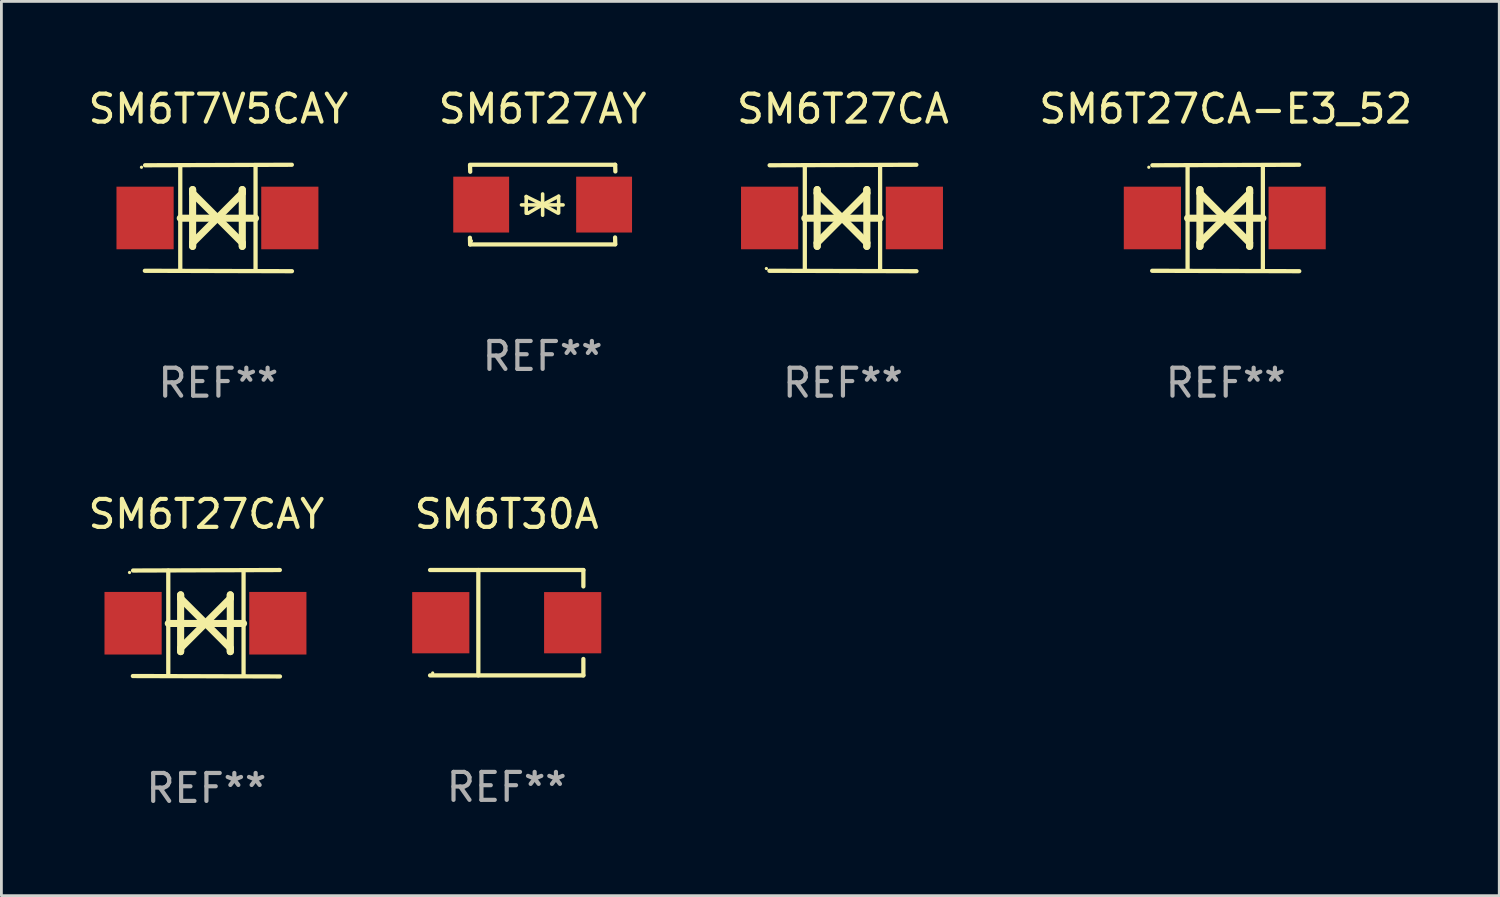
<source format=kicad_pcb>
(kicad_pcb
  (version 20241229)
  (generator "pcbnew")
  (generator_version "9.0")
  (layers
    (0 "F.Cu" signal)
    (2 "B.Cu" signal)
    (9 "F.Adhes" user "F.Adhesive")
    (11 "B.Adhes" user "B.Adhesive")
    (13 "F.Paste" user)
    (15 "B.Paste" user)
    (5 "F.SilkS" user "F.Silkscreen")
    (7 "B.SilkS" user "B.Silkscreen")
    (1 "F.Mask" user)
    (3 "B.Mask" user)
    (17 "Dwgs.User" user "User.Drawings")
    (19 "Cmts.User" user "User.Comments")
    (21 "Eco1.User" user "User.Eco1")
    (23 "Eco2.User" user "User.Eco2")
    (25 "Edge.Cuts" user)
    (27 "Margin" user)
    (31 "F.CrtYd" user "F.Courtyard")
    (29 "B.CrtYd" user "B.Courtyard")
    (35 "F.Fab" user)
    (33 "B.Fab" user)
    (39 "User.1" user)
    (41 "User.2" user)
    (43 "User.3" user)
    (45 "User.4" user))
  (footprint "SM6T27AY"
    (layer "F.Cu")
    (at 16.375 4.274)
    (property "Reference" "SM6T27AY" (at 0 -3.426 0) (layer "F.SilkS") (effects (font (size 1 1) (thickness 0.15))))
    (attr through_hole)
    (fp_line (start -2.596 -1.426) (end 2.596 -1.426) (stroke (width 0.152) (type solid)) (layer "F.SilkS"))
    (fp_line (start -2.596 1.426) (end -2.603 1.187) (stroke (width 0.152) (type solid)) (layer "F.SilkS"))
    (fp_line (start -2.596 1.426) (end 2.596 1.426) (stroke (width 0.152) (type solid)) (layer "F.SilkS"))
    (fp_line (start -2.593 -1.176) (end -2.6 -1.415) (stroke (width 0.152) (type solid)) (layer "F.SilkS"))
    (fp_line (start -0.758 0.011) (end 0.732 0.011) (stroke (width 0.127) (type solid)) (layer "F.SilkS"))
    (fp_line (start -0.588 -0.289) (end -0.588 0.311) (stroke (width 0.127) (type solid)) (layer "F.SilkS"))
    (fp_line (start -0.588 -0.289) (end 0 0) (stroke (width 0.127) (type solid)) (layer "F.SilkS"))
    (fp_line (start -0.528 0.311) (end 0 0) (stroke (width 0.127) (type solid)) (layer "F.SilkS"))
    (fp_line (start 0 0) (end 0 -0.381) (stroke (width 0.127) (type solid)) (layer "F.SilkS"))
    (fp_line (start 0 0) (end 0 0.381) (stroke (width 0.127) (type solid)) (layer "F.SilkS"))
    (fp_line (start 0.542 0.301) (end 0 0) (stroke (width 0.127) (type solid)) (layer "F.SilkS"))
    (fp_line (start 0.572 -0.299) (end 0 0) (stroke (width 0.127) (type solid)) (layer "F.SilkS"))
    (fp_line (start 0.572 -0.299) (end 0.572 0.301) (stroke (width 0.127) (type solid)) (layer "F.SilkS"))
    (fp_line (start 2.593 1.176) (end 2.6 1.415) (stroke (width 0.152) (type solid)) (layer "F.SilkS"))
    (fp_line (start 2.596 -1.426) (end 2.603 -1.187) (stroke (width 0.152) (type solid)) (layer "F.SilkS"))
    (fp_circle (center -2.55 1.3) (end -2.52 1.3) (stroke (width 0.06) (type solid)) (fill no) (layer "F.SilkS"))
    (fp_text user "REF**" (at 0 5.426 0) (layer "F.Fab") (effects (font (size 1 1) (thickness 0.15))))
    (pad "1" smd rect (at -2.2 0 180) (size 2 2) (layers "F.Cu" "F.Mask" "F.Paste"))
    (pad "2" smd rect (at 2.2 0 180) (size 2 2) (layers "F.Cu" "F.Mask" "F.Paste")))
  (footprint "SM6T27CA"
    (layer "F.Cu")
    (at 27.125 4.753)
    (property "Reference" "SM6T27CA" (at 0 -3.905 0) (layer "F.SilkS") (effects (font (size 1 1) (thickness 0.15))))
    (attr through_hole)
    (fp_line (start -1.365 1.886) (end -1.365 -1.886) (stroke (width 0.152) (type solid)) (layer "F.SilkS"))
    (fp_line (start -1.365 0.008) (end 1.33 0.008) (stroke (width 0.254) (type solid)) (layer "F.SilkS"))
    (fp_line (start -0.923 -1.016) (end -0.923 1.016) (stroke (width 0.254) (type solid)) (layer "F.SilkS"))
    (fp_line (start -0.923 -0.889) (end -0.923 -1.016) (stroke (width 0.254) (type solid)) (layer "F.SilkS"))
    (fp_line (start -0.923 0.889) (end -0.034 0) (stroke (width 0.254) (type solid)) (layer "F.SilkS"))
    (fp_line (start -0.923 1.016) (end -0.923 0.889) (stroke (width 0.254) (type solid)) (layer "F.SilkS"))
    (fp_line (start -0.034 0) (end -0.923 -0.889) (stroke (width 0.254) (type solid)) (layer "F.SilkS"))
    (fp_line (start -0.034 0) (end 0.855 0.889) (stroke (width 0.254) (type solid)) (layer "F.SilkS"))
    (fp_line (start 0.855 -1.016) (end 0.855 -0.889) (stroke (width 0.254) (type solid)) (layer "F.SilkS"))
    (fp_line (start 0.855 -0.889) (end -0.034 0) (stroke (width 0.254) (type solid)) (layer "F.SilkS"))
    (fp_line (start 0.855 0.889) (end 0.855 1.016) (stroke (width 0.254) (type solid)) (layer "F.SilkS"))
    (fp_line (start 0.855 1.016) (end 0.855 -1.016) (stroke (width 0.254) (type solid)) (layer "F.SilkS"))
    (fp_line (start 1.33 1.886) (end 1.33 -1.886) (stroke (width 0.152) (type solid)) (layer "F.SilkS"))
    (fp_line (start 2.629 -1.905) (end -2.625 -1.887) (stroke (width 0.152) (type solid)) (layer "F.SilkS"))
    (fp_line (start 2.633 1.905) (end -2.633 1.89) (stroke (width 0.152) (type solid)) (layer "F.SilkS"))
    (fp_circle (center -2.741 1.81) (end -2.711 1.81) (stroke (width 0.06) (type solid)) (fill no) (layer "F.SilkS"))
    (fp_text user "REF**" (at 0 5.905 0) (layer "F.Fab") (effects (font (size 1 1) (thickness 0.15))))
    (pad "1" smd rect (at -2.625 0) (size 2.047 2.241) (layers "F.Cu" "F.Mask" "F.Paste"))
    (pad "2" smd rect (at 2.557 0) (size 2.047 2.241) (layers "F.Cu" "F.Mask" "F.Paste")))
  (footprint "SM6T30A"
    (layer "F.Cu")
    (at 15.089 19.241)
    (property "Reference" "SM6T30A" (at 0 -3.886 0) (layer "F.SilkS") (effects (font (size 1 1) (thickness 0.15))))
    (attr through_hole)
    (fp_line (start -2.744 -1.886) (end 2.744 -1.886) (stroke (width 0.152) (type solid)) (layer "F.SilkS"))
    (fp_line (start -2.744 1.886) (end 2.744 1.886) (stroke (width 0.152) (type solid)) (layer "F.SilkS"))
    (fp_line (start -1.016 -1.886) (end -1.016 1.886) (stroke (width 0.152) (type solid)) (layer "F.SilkS"))
    (fp_line (start 2.744 -1.886) (end 2.744 -1.299) (stroke (width 0.152) (type solid)) (layer "F.SilkS"))
    (fp_line (start 2.744 1.886) (end 2.744 1.299) (stroke (width 0.152) (type solid)) (layer "F.SilkS"))
    (fp_circle (center -2.65 1.8) (end -2.62 1.8) (stroke (width 0.06) (type solid)) (fill no) (layer "F.SilkS"))
    (fp_text user "REF**" (at 0 5.886 0) (layer "F.Fab") (effects (font (size 1 1) (thickness 0.15))))
    (pad "1" smd rect (at -2.361 0) (size 2.047 2.192) (layers "F.Cu" "F.Mask" "F.Paste"))
    (pad "2" smd rect (at 2.361 0) (size 2.047 2.192) (layers "F.Cu" "F.Mask" "F.Paste")))
  (footprint "SM6T27CA-E3_52"
    (layer "F.Cu")
    (at 40.827 4.753)
    (property "Reference" "SM6T27CA-E3_52" (at 0 -3.905 0) (layer "F.SilkS") (effects (font (size 1 1) (thickness 0.15))))
    (attr through_hole)
    (fp_line (start -1.365 1.886) (end -1.365 -1.886) (stroke (width 0.152) (type solid)) (layer "F.SilkS"))
    (fp_line (start -1.365 0.008) (end 1.33 0.008) (stroke (width 0.254) (type solid)) (layer "F.SilkS"))
    (fp_line (start -0.923 -1.016) (end -0.923 1.016) (stroke (width 0.254) (type solid)) (layer "F.SilkS"))
    (fp_line (start -0.923 -0.889) (end -0.923 -1.016) (stroke (width 0.254) (type solid)) (layer "F.SilkS"))
    (fp_line (start -0.923 0.889) (end -0.034 0) (stroke (width 0.254) (type solid)) (layer "F.SilkS"))
    (fp_line (start -0.923 1.016) (end -0.923 0.889) (stroke (width 0.254) (type solid)) (layer "F.SilkS"))
    (fp_line (start -0.034 0) (end -0.923 -0.889) (stroke (width 0.254) (type solid)) (layer "F.SilkS"))
    (fp_line (start -0.034 0) (end 0.855 0.889) (stroke (width 0.254) (type solid)) (layer "F.SilkS"))
    (fp_line (start 0.855 -1.016) (end 0.855 -0.889) (stroke (width 0.254) (type solid)) (layer "F.SilkS"))
    (fp_line (start 0.855 -0.889) (end -0.034 0) (stroke (width 0.254) (type solid)) (layer "F.SilkS"))
    (fp_line (start 0.855 0.889) (end 0.855 1.016) (stroke (width 0.254) (type solid)) (layer "F.SilkS"))
    (fp_line (start 0.855 1.016) (end 0.855 -1.016) (stroke (width 0.254) (type solid)) (layer "F.SilkS"))
    (fp_line (start 1.33 1.886) (end 1.33 -1.886) (stroke (width 0.152) (type solid)) (layer "F.SilkS"))
    (fp_line (start 2.629 -1.905) (end -2.625 -1.887) (stroke (width 0.152) (type solid)) (layer "F.SilkS"))
    (fp_line (start 2.633 1.905) (end -2.633 1.89) (stroke (width 0.152) (type solid)) (layer "F.SilkS"))
    (fp_circle (center -2.753 -1.816) (end -2.723 -1.816) (stroke (width 0.06) (type solid)) (fill no) (layer "F.SilkS"))
    (fp_text user "REF**" (at 0 5.905 0) (layer "F.Fab") (effects (font (size 1 1) (thickness 0.15))))
    (pad "1" smd rect (at -2.625 0) (size 2.047 2.241) (layers "F.Cu" "F.Mask" "F.Paste"))
    (pad "2" smd rect (at 2.557 0) (size 2.047 2.241) (layers "F.Cu" "F.Mask" "F.Paste")))
  (footprint "SM6T7V5CAY"
    (layer "F.Cu")
    (at 4.768 4.753)
    (property "Reference" "SM6T7V5CAY" (at 0 -3.905 0) (layer "F.SilkS") (effects (font (size 1 1) (thickness 0.15))))
    (attr through_hole)
    (fp_line (start -1.365 1.886) (end -1.365 -1.886) (stroke (width 0.152) (type solid)) (layer "F.SilkS"))
    (fp_line (start -1.365 0.008) (end 1.33 0.008) (stroke (width 0.254) (type solid)) (layer "F.SilkS"))
    (fp_line (start -0.923 -1.016) (end -0.923 1.016) (stroke (width 0.254) (type solid)) (layer "F.SilkS"))
    (fp_line (start -0.923 -0.889) (end -0.923 -1.016) (stroke (width 0.254) (type solid)) (layer "F.SilkS"))
    (fp_line (start -0.923 0.889) (end -0.034 0) (stroke (width 0.254) (type solid)) (layer "F.SilkS"))
    (fp_line (start -0.923 1.016) (end -0.923 0.889) (stroke (width 0.254) (type solid)) (layer "F.SilkS"))
    (fp_line (start -0.034 0) (end -0.923 -0.889) (stroke (width 0.254) (type solid)) (layer "F.SilkS"))
    (fp_line (start -0.034 0) (end 0.855 0.889) (stroke (width 0.254) (type solid)) (layer "F.SilkS"))
    (fp_line (start 0.855 -1.016) (end 0.855 -0.889) (stroke (width 0.254) (type solid)) (layer "F.SilkS"))
    (fp_line (start 0.855 -0.889) (end -0.034 0) (stroke (width 0.254) (type solid)) (layer "F.SilkS"))
    (fp_line (start 0.855 0.889) (end 0.855 1.016) (stroke (width 0.254) (type solid)) (layer "F.SilkS"))
    (fp_line (start 0.855 1.016) (end 0.855 -1.016) (stroke (width 0.254) (type solid)) (layer "F.SilkS"))
    (fp_line (start 1.33 1.886) (end 1.33 -1.886) (stroke (width 0.152) (type solid)) (layer "F.SilkS"))
    (fp_line (start 2.629 -1.905) (end -2.625 -1.887) (stroke (width 0.152) (type solid)) (layer "F.SilkS"))
    (fp_line (start 2.633 1.905) (end -2.633 1.89) (stroke (width 0.152) (type solid)) (layer "F.SilkS"))
    (fp_circle (center -2.753 -1.816) (end -2.723 -1.816) (stroke (width 0.06) (type solid)) (fill no) (layer "F.SilkS"))
    (fp_text user "REF**" (at 0 5.905 0) (layer "F.Fab") (effects (font (size 1 1) (thickness 0.15))))
    (pad "1" smd rect (at -2.625 0) (size 2.047 2.241) (layers "F.Cu" "F.Mask" "F.Paste"))
    (pad "2" smd rect (at 2.557 0) (size 2.047 2.241) (layers "F.Cu" "F.Mask" "F.Paste")))
  (footprint "SM6T27CAY"
    (layer "F.Cu")
    (at 4.339 19.26)
    (property "Reference" "SM6T27CAY" (at 0 -3.905 0) (layer "F.SilkS") (effects (font (size 1 1) (thickness 0.15))))
    (attr through_hole)
    (fp_line (start -1.365 1.886) (end -1.365 -1.886) (stroke (width 0.152) (type solid)) (layer "F.SilkS"))
    (fp_line (start -1.365 0.008) (end 1.33 0.008) (stroke (width 0.254) (type solid)) (layer "F.SilkS"))
    (fp_line (start -0.923 -1.016) (end -0.923 1.016) (stroke (width 0.254) (type solid)) (layer "F.SilkS"))
    (fp_line (start -0.923 -0.889) (end -0.923 -1.016) (stroke (width 0.254) (type solid)) (layer "F.SilkS"))
    (fp_line (start -0.923 0.889) (end -0.034 0) (stroke (width 0.254) (type solid)) (layer "F.SilkS"))
    (fp_line (start -0.923 1.016) (end -0.923 0.889) (stroke (width 0.254) (type solid)) (layer "F.SilkS"))
    (fp_line (start -0.034 0) (end -0.923 -0.889) (stroke (width 0.254) (type solid)) (layer "F.SilkS"))
    (fp_line (start -0.034 0) (end 0.855 0.889) (stroke (width 0.254) (type solid)) (layer "F.SilkS"))
    (fp_line (start 0.855 -1.016) (end 0.855 -0.889) (stroke (width 0.254) (type solid)) (layer "F.SilkS"))
    (fp_line (start 0.855 -0.889) (end -0.034 0) (stroke (width 0.254) (type solid)) (layer "F.SilkS"))
    (fp_line (start 0.855 0.889) (end 0.855 1.016) (stroke (width 0.254) (type solid)) (layer "F.SilkS"))
    (fp_line (start 0.855 1.016) (end 0.855 -1.016) (stroke (width 0.254) (type solid)) (layer "F.SilkS"))
    (fp_line (start 1.33 1.886) (end 1.33 -1.886) (stroke (width 0.152) (type solid)) (layer "F.SilkS"))
    (fp_line (start 2.629 -1.905) (end -2.625 -1.887) (stroke (width 0.152) (type solid)) (layer "F.SilkS"))
    (fp_line (start 2.633 1.905) (end -2.633 1.89) (stroke (width 0.152) (type solid)) (layer "F.SilkS"))
    (fp_circle (center -2.753 -1.816) (end -2.723 -1.816) (stroke (width 0.06) (type solid)) (fill no) (layer "F.SilkS"))
    (fp_text user "REF**" (at 0 5.905 0) (layer "F.Fab") (effects (font (size 1 1) (thickness 0.15))))
    (pad "1" smd rect (at -2.625 0) (size 2.047 2.241) (layers "F.Cu" "F.Mask" "F.Paste"))
    (pad "2" smd rect (at 2.557 0) (size 2.047 2.241) (layers "F.Cu" "F.Mask" "F.Paste")))
  (gr_rect
    (start -3 -3)
    (end 50.619 29.013)
    (stroke (width 0.1) (type default))
    (fill no)
    (layer "Edge.Cuts")))
</source>
